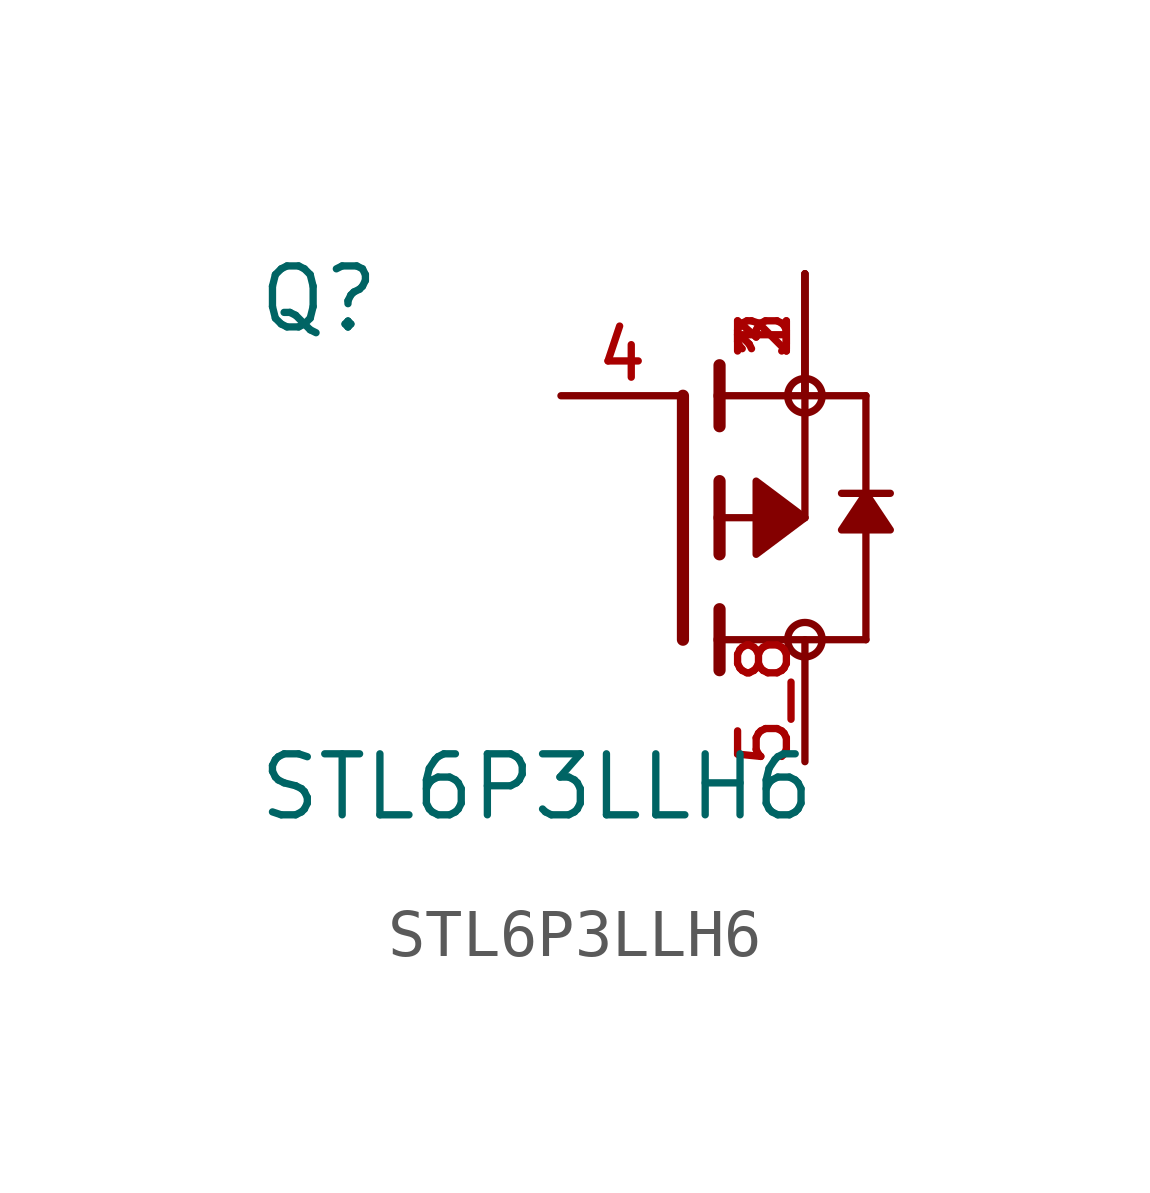
<source format=kicad_sym>
(kicad_symbol_lib
  (version 20211014)
  (generator kicad_symbol_editor)
  (symbol "STL6P3LLH6"
    (pin_names
      (offset 1.016))
    (property "Reference" "Q"
      (at -8.89 3.81 0)
      (effects (font (size 1.27 1.27)) (justify bottom left)))
    (property "Value" "STL6P3LLH6"
      (at -8.89 -6.35 0)
      (effects (font (size 1.27 1.27)) (justify bottom left)))
    (symbol "STL6P3LLH6_0_0"
      (polyline (pts (xy 0.762 -0.762) (xy 0.762 0.0)) (stroke (width 0.254)))
      (polyline (pts (xy 0.762 0.0) (xy 0.762 0.762)) (stroke (width 0.254)))
      (polyline (pts (xy 0.762 -3.175) (xy 0.762 -2.54)) (stroke (width 0.254)))
      (polyline (pts (xy 0.762 -2.54) (xy 0.762 -1.905)) (stroke (width 0.254)))
      (polyline (pts (xy 0.762 0.0) (xy 2.54 0.0)) (stroke (width 0.152)))
      (polyline (pts (xy 2.54 0.0) (xy 2.54 2.54)) (stroke (width 0.152)))
      (polyline (pts (xy 0.762 1.905) (xy 0.762 2.54)) (stroke (width 0.254)))
      (polyline (pts (xy 0.762 2.54) (xy 0.762 3.175)) (stroke (width 0.254)))
      (polyline (pts (xy 0.0 -2.54) (xy 0.0 2.54)) (stroke (width 0.254)))
      (polyline (pts (xy 2.54 2.54) (xy 0.762 2.54)) (stroke (width 0.152)))
      (polyline (pts (xy 3.81 -2.54) (xy 3.81 0.508)) (stroke (width 0.152)))
      (polyline (pts (xy 3.81 0.508) (xy 3.81 2.54)) (stroke (width 0.152)))
      (polyline (pts (xy 2.54 2.54) (xy 3.81 2.54)) (stroke (width 0.152)))
      (polyline (pts (xy 0.762 -2.54) (xy 3.81 -2.54)) (stroke (width 0.152)))
      (polyline (pts (xy 3.302 0.508) (xy 3.81 0.508)) (stroke (width 0.152)))
      (polyline (pts (xy 3.81 0.508) (xy 4.318 0.508)) (stroke (width 0.152)))
      (circle (center 2.54 2.54) (radius 0.359) (stroke (width 0.0)) (fill (type none)))
      (circle (center 2.54 -2.54) (radius 0.359) (stroke (width 0.0)) (fill (type none)))
      (polyline (pts (xy 3.81 0.508) (xy 4.318 -0.254) (xy 3.302 -0.254) (xy 3.81 0.508)) (stroke (width 0.152)) (fill (type outline)))
      (polyline (pts (xy 2.54 0.0) (xy 1.524 0.762) (xy 1.524 -0.762) (xy 2.54 0.0)) (stroke (width 0.152)) (fill (type outline)))
      (pin passive line (at 2.54 5.08 270.0) (length 2.54) (name "~" (effects (font (size 1.016 1.016)))) (number "1" (effects (font (size 1.016 1.016)))))
      (pin passive line (at 2.54 5.08 270.0) (length 2.54) (name "~" (effects (font (size 1.016 1.016)))) (number "2" (effects (font (size 1.016 1.016)))))
      (pin passive line (at 2.54 5.08 270.0) (length 2.54) (name "~" (effects (font (size 1.016 1.016)))) (number "3" (effects (font (size 1.016 1.016)))))
      (pin passive line (at -2.54 2.54 0) (length 2.54) (name "~" (effects (font (size 1.016 1.016)))) (number "4" (effects (font (size 1.016 1.016)))))
      (pin passive line (at 2.54 -5.08 90.0) (length 2.54) (name "~" (effects (font (size 1.016 1.016)))) (number "5_8" (effects (font (size 1.016 1.016))))))))
</source>
